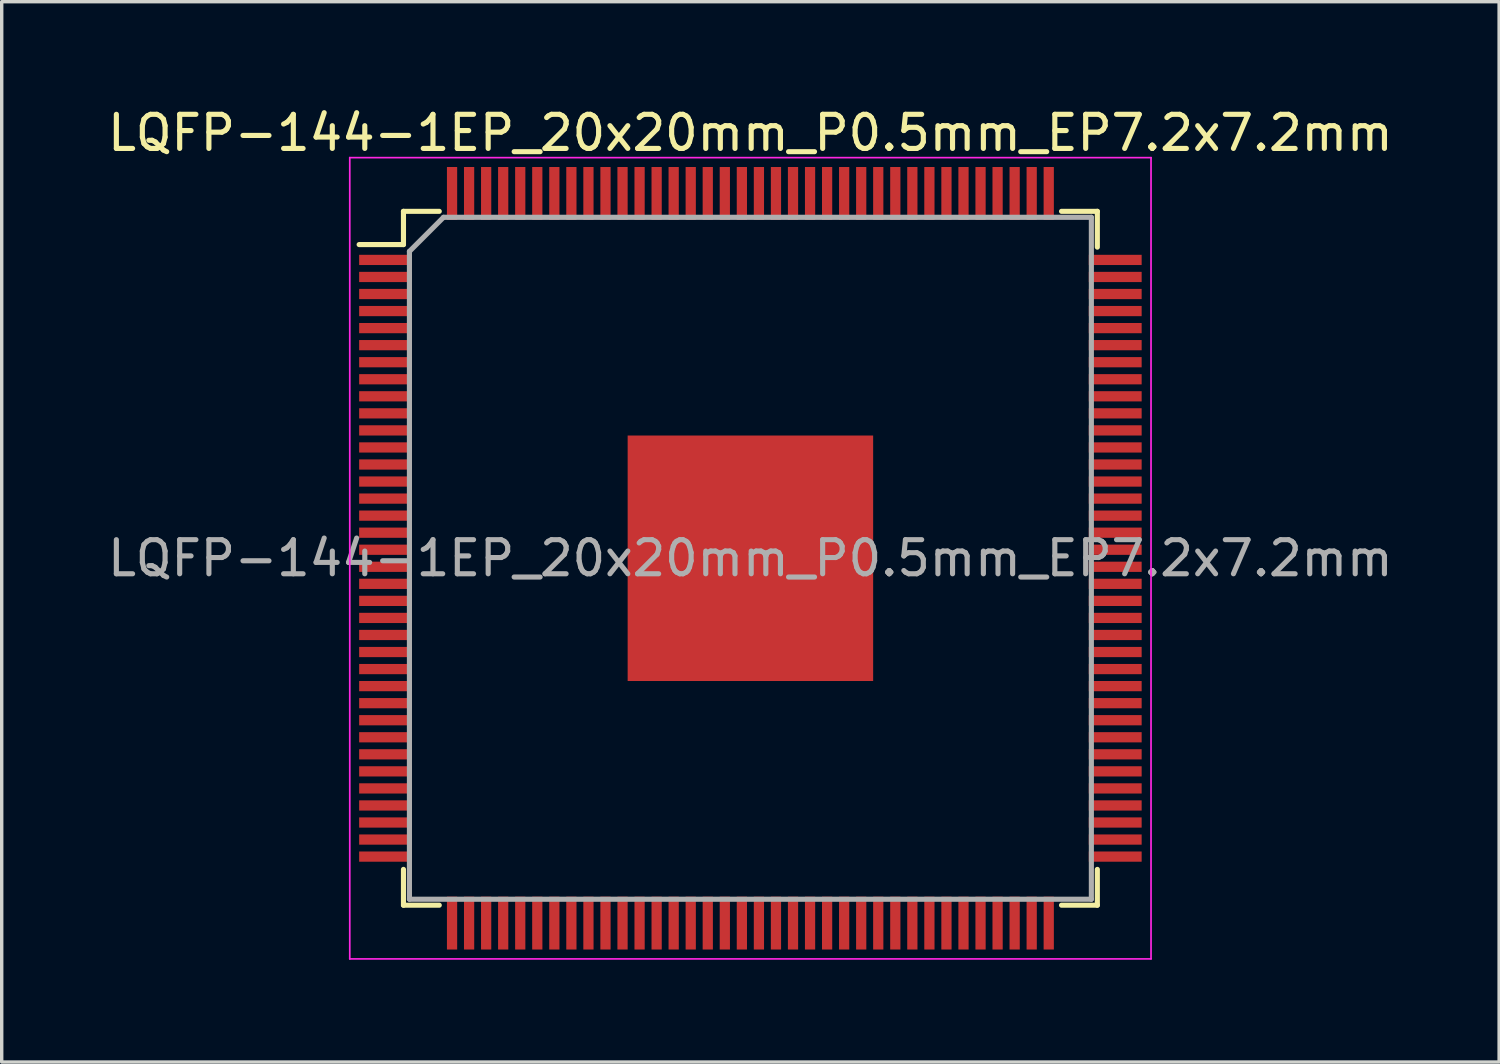
<source format=kicad_pcb>
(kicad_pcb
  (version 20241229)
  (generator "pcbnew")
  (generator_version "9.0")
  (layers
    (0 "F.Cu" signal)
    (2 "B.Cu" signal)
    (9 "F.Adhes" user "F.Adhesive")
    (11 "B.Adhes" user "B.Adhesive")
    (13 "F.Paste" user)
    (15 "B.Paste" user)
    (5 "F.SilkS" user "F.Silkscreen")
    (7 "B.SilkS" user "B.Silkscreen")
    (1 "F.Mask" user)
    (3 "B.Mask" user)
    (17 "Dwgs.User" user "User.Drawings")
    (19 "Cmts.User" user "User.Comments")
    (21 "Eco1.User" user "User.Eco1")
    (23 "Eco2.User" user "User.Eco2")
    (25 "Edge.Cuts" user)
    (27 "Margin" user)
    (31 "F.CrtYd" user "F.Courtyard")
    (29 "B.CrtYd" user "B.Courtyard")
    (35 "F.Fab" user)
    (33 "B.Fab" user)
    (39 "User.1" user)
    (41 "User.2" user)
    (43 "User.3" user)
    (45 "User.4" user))
  (footprint "LQFP-144-1EP_20x20mm_P0.5mm_EP7.2x7.2mm"
    (layer "F.Cu")
    (at 18.958 13.323)
    (property "Reference" "LQFP-144-1EP_20x20mm_P0.5mm_EP7.2x7.2mm" (at 0 -12.475 0) (layer "F.SilkS") (effects (font (size 1 1) (thickness 0.15))))
    (attr smd)
    (fp_line (start -10.175 -10.175) (end -10.175 -9.2) (stroke (width 0.15) (type solid)) (layer "F.SilkS"))
    (fp_line (start -10.175 -10.175) (end -9.125 -10.175) (stroke (width 0.15) (type solid)) (layer "F.SilkS"))
    (fp_line (start -10.175 -9.2) (end -11.475 -9.2) (stroke (width 0.15) (type solid)) (layer "F.SilkS"))
    (fp_line (start -10.175 10.175) (end -10.175 9.125) (stroke (width 0.15) (type solid)) (layer "F.SilkS"))
    (fp_line (start -10.175 10.175) (end -9.125 10.175) (stroke (width 0.15) (type solid)) (layer "F.SilkS"))
    (fp_line (start 10.175 -10.175) (end 9.125 -10.175) (stroke (width 0.15) (type solid)) (layer "F.SilkS"))
    (fp_line (start 10.175 -10.175) (end 10.175 -9.125) (stroke (width 0.15) (type solid)) (layer "F.SilkS"))
    (fp_line (start 10.175 10.175) (end 9.125 10.175) (stroke (width 0.15) (type solid)) (layer "F.SilkS"))
    (fp_line (start 10.175 10.175) (end 10.175 9.125) (stroke (width 0.15) (type solid)) (layer "F.SilkS"))
    (fp_line (start -11.75 -11.75) (end -11.75 11.75) (stroke (width 0.05) (type solid)) (layer "F.CrtYd"))
    (fp_line (start -11.75 -11.75) (end 11.75 -11.75) (stroke (width 0.05) (type solid)) (layer "F.CrtYd"))
    (fp_line (start -11.75 11.75) (end 11.75 11.75) (stroke (width 0.05) (type solid)) (layer "F.CrtYd"))
    (fp_line (start 11.75 -11.75) (end 11.75 11.75) (stroke (width 0.05) (type solid)) (layer "F.CrtYd"))
    (fp_line (start -10 -9) (end -9 -10) (stroke (width 0.15) (type solid)) (layer "F.Fab"))
    (fp_line (start -10 10) (end -10 -9) (stroke (width 0.15) (type solid)) (layer "F.Fab"))
    (fp_line (start -9 -10) (end 10 -10) (stroke (width 0.15) (type solid)) (layer "F.Fab"))
    (fp_line (start 10 -10) (end 10 10) (stroke (width 0.15) (type solid)) (layer "F.Fab"))
    (fp_line (start 10 10) (end -10 10) (stroke (width 0.15) (type solid)) (layer "F.Fab"))
    (fp_text user "${REFERENCE}" (at 0 0 0) (layer "F.Fab") (effects (font (size 1 1) (thickness 0.15))))
    (pad "" smd rect (at -2.88 -2.88) (size 1.12 1.12) (layers "F.Paste"))
    (pad "" smd rect (at -2.88 -1.44) (size 1.12 1.12) (layers "F.Paste"))
    (pad "" smd rect (at -2.88 0) (size 1.12 1.12) (layers "F.Paste"))
    (pad "" smd rect (at -2.88 1.44) (size 1.12 1.12) (layers "F.Paste"))
    (pad "" smd rect (at -2.88 2.88) (size 1.12 1.12) (layers "F.Paste"))
    (pad "" smd rect (at -1.44 -2.88) (size 1.12 1.12) (layers "F.Paste"))
    (pad "" smd rect (at -1.44 -1.44) (size 1.12 1.12) (layers "F.Paste"))
    (pad "" smd rect (at -1.44 0) (size 1.12 1.12) (layers "F.Paste"))
    (pad "" smd rect (at -1.44 1.44) (size 1.12 1.12) (layers "F.Paste"))
    (pad "" smd rect (at -1.44 2.88) (size 1.12 1.12) (layers "F.Paste"))
    (pad "" smd rect (at 0 -2.88) (size 1.12 1.12) (layers "F.Paste"))
    (pad "" smd rect (at 0 -1.44) (size 1.12 1.12) (layers "F.Paste"))
    (pad "" smd rect (at 0 0) (size 1.12 1.12) (layers "F.Paste"))
    (pad "" smd rect (at 0 1.44) (size 1.12 1.12) (layers "F.Paste"))
    (pad "" smd rect (at 0 2.88) (size 1.12 1.12) (layers "F.Paste"))
    (pad "" smd rect (at 1.44 -2.88) (size 1.12 1.12) (layers "F.Paste"))
    (pad "" smd rect (at 1.44 -1.44) (size 1.12 1.12) (layers "F.Paste"))
    (pad "" smd rect (at 1.44 0) (size 1.12 1.12) (layers "F.Paste"))
    (pad "" smd rect (at 1.44 1.44) (size 1.12 1.12) (layers "F.Paste"))
    (pad "" smd rect (at 1.44 2.88) (size 1.12 1.12) (layers "F.Paste"))
    (pad "" smd rect (at 2.88 -2.88) (size 1.12 1.12) (layers "F.Paste"))
    (pad "" smd rect (at 2.88 -1.44) (size 1.12 1.12) (layers "F.Paste"))
    (pad "" smd rect (at 2.88 0) (size 1.12 1.12) (layers "F.Paste"))
    (pad "" smd rect (at 2.88 1.44) (size 1.12 1.12) (layers "F.Paste"))
    (pad "" smd rect (at 2.88 2.88) (size 1.12 1.12) (layers "F.Paste"))
    (pad "1" smd rect (at -10.7 -8.75) (size 1.55 0.3) (layers "F.Cu" "F.Mask" "F.Paste"))
    (pad "2" smd rect (at -10.7 -8.25) (size 1.55 0.3) (layers "F.Cu" "F.Mask" "F.Paste"))
    (pad "3" smd rect (at -10.7 -7.75) (size 1.55 0.3) (layers "F.Cu" "F.Mask" "F.Paste"))
    (pad "4" smd rect (at -10.7 -7.25) (size 1.55 0.3) (layers "F.Cu" "F.Mask" "F.Paste"))
    (pad "5" smd rect (at -10.7 -6.75) (size 1.55 0.3) (layers "F.Cu" "F.Mask" "F.Paste"))
    (pad "6" smd rect (at -10.7 -6.25) (size 1.55 0.3) (layers "F.Cu" "F.Mask" "F.Paste"))
    (pad "7" smd rect (at -10.7 -5.75) (size 1.55 0.3) (layers "F.Cu" "F.Mask" "F.Paste"))
    (pad "8" smd rect (at -10.7 -5.25) (size 1.55 0.3) (layers "F.Cu" "F.Mask" "F.Paste"))
    (pad "9" smd rect (at -10.7 -4.75) (size 1.55 0.3) (layers "F.Cu" "F.Mask" "F.Paste"))
    (pad "10" smd rect (at -10.7 -4.25) (size 1.55 0.3) (layers "F.Cu" "F.Mask" "F.Paste"))
    (pad "11" smd rect (at -10.7 -3.75) (size 1.55 0.3) (layers "F.Cu" "F.Mask" "F.Paste"))
    (pad "12" smd rect (at -10.7 -3.25) (size 1.55 0.3) (layers "F.Cu" "F.Mask" "F.Paste"))
    (pad "13" smd rect (at -10.7 -2.75) (size 1.55 0.3) (layers "F.Cu" "F.Mask" "F.Paste"))
    (pad "14" smd rect (at -10.7 -2.25) (size 1.55 0.3) (layers "F.Cu" "F.Mask" "F.Paste"))
    (pad "15" smd rect (at -10.7 -1.75) (size 1.55 0.3) (layers "F.Cu" "F.Mask" "F.Paste"))
    (pad "16" smd rect (at -10.7 -1.25) (size 1.55 0.3) (layers "F.Cu" "F.Mask" "F.Paste"))
    (pad "17" smd rect (at -10.7 -0.75) (size 1.55 0.3) (layers "F.Cu" "F.Mask" "F.Paste"))
    (pad "18" smd rect (at -10.7 -0.25) (size 1.55 0.3) (layers "F.Cu" "F.Mask" "F.Paste"))
    (pad "19" smd rect (at -10.7 0.25) (size 1.55 0.3) (layers "F.Cu" "F.Mask" "F.Paste"))
    (pad "20" smd rect (at -10.7 0.75) (size 1.55 0.3) (layers "F.Cu" "F.Mask" "F.Paste"))
    (pad "21" smd rect (at -10.7 1.25) (size 1.55 0.3) (layers "F.Cu" "F.Mask" "F.Paste"))
    (pad "22" smd rect (at -10.7 1.75) (size 1.55 0.3) (layers "F.Cu" "F.Mask" "F.Paste"))
    (pad "23" smd rect (at -10.7 2.25) (size 1.55 0.3) (layers "F.Cu" "F.Mask" "F.Paste"))
    (pad "24" smd rect (at -10.7 2.75) (size 1.55 0.3) (layers "F.Cu" "F.Mask" "F.Paste"))
    (pad "25" smd rect (at -10.7 3.25) (size 1.55 0.3) (layers "F.Cu" "F.Mask" "F.Paste"))
    (pad "26" smd rect (at -10.7 3.75) (size 1.55 0.3) (layers "F.Cu" "F.Mask" "F.Paste"))
    (pad "27" smd rect (at -10.7 4.25) (size 1.55 0.3) (layers "F.Cu" "F.Mask" "F.Paste"))
    (pad "28" smd rect (at -10.7 4.75) (size 1.55 0.3) (layers "F.Cu" "F.Mask" "F.Paste"))
    (pad "29" smd rect (at -10.7 5.25) (size 1.55 0.3) (layers "F.Cu" "F.Mask" "F.Paste"))
    (pad "30" smd rect (at -10.7 5.75) (size 1.55 0.3) (layers "F.Cu" "F.Mask" "F.Paste"))
    (pad "31" smd rect (at -10.7 6.25) (size 1.55 0.3) (layers "F.Cu" "F.Mask" "F.Paste"))
    (pad "32" smd rect (at -10.7 6.75) (size 1.55 0.3) (layers "F.Cu" "F.Mask" "F.Paste"))
    (pad "33" smd rect (at -10.7 7.25) (size 1.55 0.3) (layers "F.Cu" "F.Mask" "F.Paste"))
    (pad "34" smd rect (at -10.7 7.75) (size 1.55 0.3) (layers "F.Cu" "F.Mask" "F.Paste"))
    (pad "35" smd rect (at -10.7 8.25) (size 1.55 0.3) (layers "F.Cu" "F.Mask" "F.Paste"))
    (pad "36" smd rect (at -10.7 8.75) (size 1.55 0.3) (layers "F.Cu" "F.Mask" "F.Paste"))
    (pad "37" smd rect (at -8.75 10.7 90) (size 1.55 0.3) (layers "F.Cu" "F.Mask" "F.Paste"))
    (pad "38" smd rect (at -8.25 10.7 90) (size 1.55 0.3) (layers "F.Cu" "F.Mask" "F.Paste"))
    (pad "39" smd rect (at -7.75 10.7 90) (size 1.55 0.3) (layers "F.Cu" "F.Mask" "F.Paste"))
    (pad "40" smd rect (at -7.25 10.7 90) (size 1.55 0.3) (layers "F.Cu" "F.Mask" "F.Paste"))
    (pad "41" smd rect (at -6.75 10.7 90) (size 1.55 0.3) (layers "F.Cu" "F.Mask" "F.Paste"))
    (pad "42" smd rect (at -6.25 10.7 90) (size 1.55 0.3) (layers "F.Cu" "F.Mask" "F.Paste"))
    (pad "43" smd rect (at -5.75 10.7 90) (size 1.55 0.3) (layers "F.Cu" "F.Mask" "F.Paste"))
    (pad "44" smd rect (at -5.25 10.7 90) (size 1.55 0.3) (layers "F.Cu" "F.Mask" "F.Paste"))
    (pad "45" smd rect (at -4.75 10.7 90) (size 1.55 0.3) (layers "F.Cu" "F.Mask" "F.Paste"))
    (pad "46" smd rect (at -4.25 10.7 90) (size 1.55 0.3) (layers "F.Cu" "F.Mask" "F.Paste"))
    (pad "47" smd rect (at -3.75 10.7 90) (size 1.55 0.3) (layers "F.Cu" "F.Mask" "F.Paste"))
    (pad "48" smd rect (at -3.25 10.7 90) (size 1.55 0.3) (layers "F.Cu" "F.Mask" "F.Paste"))
    (pad "49" smd rect (at -2.75 10.7 90) (size 1.55 0.3) (layers "F.Cu" "F.Mask" "F.Paste"))
    (pad "50" smd rect (at -2.25 10.7 90) (size 1.55 0.3) (layers "F.Cu" "F.Mask" "F.Paste"))
    (pad "51" smd rect (at -1.75 10.7 90) (size 1.55 0.3) (layers "F.Cu" "F.Mask" "F.Paste"))
    (pad "52" smd rect (at -1.25 10.7 90) (size 1.55 0.3) (layers "F.Cu" "F.Mask" "F.Paste"))
    (pad "53" smd rect (at -0.75 10.7 90) (size 1.55 0.3) (layers "F.Cu" "F.Mask" "F.Paste"))
    (pad "54" smd rect (at -0.25 10.7 90) (size 1.55 0.3) (layers "F.Cu" "F.Mask" "F.Paste"))
    (pad "55" smd rect (at 0.25 10.7 90) (size 1.55 0.3) (layers "F.Cu" "F.Mask" "F.Paste"))
    (pad "56" smd rect (at 0.75 10.7 90) (size 1.55 0.3) (layers "F.Cu" "F.Mask" "F.Paste"))
    (pad "57" smd rect (at 1.25 10.7 90) (size 1.55 0.3) (layers "F.Cu" "F.Mask" "F.Paste"))
    (pad "58" smd rect (at 1.75 10.7 90) (size 1.55 0.3) (layers "F.Cu" "F.Mask" "F.Paste"))
    (pad "59" smd rect (at 2.25 10.7 90) (size 1.55 0.3) (layers "F.Cu" "F.Mask" "F.Paste"))
    (pad "60" smd rect (at 2.75 10.7 90) (size 1.55 0.3) (layers "F.Cu" "F.Mask" "F.Paste"))
    (pad "61" smd rect (at 3.25 10.7 90) (size 1.55 0.3) (layers "F.Cu" "F.Mask" "F.Paste"))
    (pad "62" smd rect (at 3.75 10.7 90) (size 1.55 0.3) (layers "F.Cu" "F.Mask" "F.Paste"))
    (pad "63" smd rect (at 4.25 10.7 90) (size 1.55 0.3) (layers "F.Cu" "F.Mask" "F.Paste"))
    (pad "64" smd rect (at 4.75 10.7 90) (size 1.55 0.3) (layers "F.Cu" "F.Mask" "F.Paste"))
    (pad "65" smd rect (at 5.25 10.7 90) (size 1.55 0.3) (layers "F.Cu" "F.Mask" "F.Paste"))
    (pad "66" smd rect (at 5.75 10.7 90) (size 1.55 0.3) (layers "F.Cu" "F.Mask" "F.Paste"))
    (pad "67" smd rect (at 6.25 10.7 90) (size 1.55 0.3) (layers "F.Cu" "F.Mask" "F.Paste"))
    (pad "68" smd rect (at 6.75 10.7 90) (size 1.55 0.3) (layers "F.Cu" "F.Mask" "F.Paste"))
    (pad "69" smd rect (at 7.25 10.7 90) (size 1.55 0.3) (layers "F.Cu" "F.Mask" "F.Paste"))
    (pad "70" smd rect (at 7.75 10.7 90) (size 1.55 0.3) (layers "F.Cu" "F.Mask" "F.Paste"))
    (pad "71" smd rect (at 8.25 10.7 90) (size 1.55 0.3) (layers "F.Cu" "F.Mask" "F.Paste"))
    (pad "72" smd rect (at 8.75 10.7 90) (size 1.55 0.3) (layers "F.Cu" "F.Mask" "F.Paste"))
    (pad "73" smd rect (at 10.7 8.75) (size 1.55 0.3) (layers "F.Cu" "F.Mask" "F.Paste"))
    (pad "74" smd rect (at 10.7 8.25) (size 1.55 0.3) (layers "F.Cu" "F.Mask" "F.Paste"))
    (pad "75" smd rect (at 10.7 7.75) (size 1.55 0.3) (layers "F.Cu" "F.Mask" "F.Paste"))
    (pad "76" smd rect (at 10.7 7.25) (size 1.55 0.3) (layers "F.Cu" "F.Mask" "F.Paste"))
    (pad "77" smd rect (at 10.7 6.75) (size 1.55 0.3) (layers "F.Cu" "F.Mask" "F.Paste"))
    (pad "78" smd rect (at 10.7 6.25) (size 1.55 0.3) (layers "F.Cu" "F.Mask" "F.Paste"))
    (pad "79" smd rect (at 10.7 5.75) (size 1.55 0.3) (layers "F.Cu" "F.Mask" "F.Paste"))
    (pad "80" smd rect (at 10.7 5.25) (size 1.55 0.3) (layers "F.Cu" "F.Mask" "F.Paste"))
    (pad "81" smd rect (at 10.7 4.75) (size 1.55 0.3) (layers "F.Cu" "F.Mask" "F.Paste"))
    (pad "82" smd rect (at 10.7 4.25) (size 1.55 0.3) (layers "F.Cu" "F.Mask" "F.Paste"))
    (pad "83" smd rect (at 10.7 3.75) (size 1.55 0.3) (layers "F.Cu" "F.Mask" "F.Paste"))
    (pad "84" smd rect (at 10.7 3.25) (size 1.55 0.3) (layers "F.Cu" "F.Mask" "F.Paste"))
    (pad "85" smd rect (at 10.7 2.75) (size 1.55 0.3) (layers "F.Cu" "F.Mask" "F.Paste"))
    (pad "86" smd rect (at 10.7 2.25) (size 1.55 0.3) (layers "F.Cu" "F.Mask" "F.Paste"))
    (pad "87" smd rect (at 10.7 1.75) (size 1.55 0.3) (layers "F.Cu" "F.Mask" "F.Paste"))
    (pad "88" smd rect (at 10.7 1.25) (size 1.55 0.3) (layers "F.Cu" "F.Mask" "F.Paste"))
    (pad "89" smd rect (at 10.7 0.75) (size 1.55 0.3) (layers "F.Cu" "F.Mask" "F.Paste"))
    (pad "90" smd rect (at 10.7 0.25) (size 1.55 0.3) (layers "F.Cu" "F.Mask" "F.Paste"))
    (pad "91" smd rect (at 10.7 -0.25) (size 1.55 0.3) (layers "F.Cu" "F.Mask" "F.Paste"))
    (pad "92" smd rect (at 10.7 -0.75) (size 1.55 0.3) (layers "F.Cu" "F.Mask" "F.Paste"))
    (pad "93" smd rect (at 10.7 -1.25) (size 1.55 0.3) (layers "F.Cu" "F.Mask" "F.Paste"))
    (pad "94" smd rect (at 10.7 -1.75) (size 1.55 0.3) (layers "F.Cu" "F.Mask" "F.Paste"))
    (pad "95" smd rect (at 10.7 -2.25) (size 1.55 0.3) (layers "F.Cu" "F.Mask" "F.Paste"))
    (pad "96" smd rect (at 10.7 -2.75) (size 1.55 0.3) (layers "F.Cu" "F.Mask" "F.Paste"))
    (pad "97" smd rect (at 10.7 -3.25) (size 1.55 0.3) (layers "F.Cu" "F.Mask" "F.Paste"))
    (pad "98" smd rect (at 10.7 -3.75) (size 1.55 0.3) (layers "F.Cu" "F.Mask" "F.Paste"))
    (pad "99" smd rect (at 10.7 -4.25) (size 1.55 0.3) (layers "F.Cu" "F.Mask" "F.Paste"))
    (pad "100" smd rect (at 10.7 -4.75) (size 1.55 0.3) (layers "F.Cu" "F.Mask" "F.Paste"))
    (pad "101" smd rect (at 10.7 -5.25) (size 1.55 0.3) (layers "F.Cu" "F.Mask" "F.Paste"))
    (pad "102" smd rect (at 10.7 -5.75) (size 1.55 0.3) (layers "F.Cu" "F.Mask" "F.Paste"))
    (pad "103" smd rect (at 10.7 -6.25) (size 1.55 0.3) (layers "F.Cu" "F.Mask" "F.Paste"))
    (pad "104" smd rect (at 10.7 -6.75) (size 1.55 0.3) (layers "F.Cu" "F.Mask" "F.Paste"))
    (pad "105" smd rect (at 10.7 -7.25) (size 1.55 0.3) (layers "F.Cu" "F.Mask" "F.Paste"))
    (pad "106" smd rect (at 10.7 -7.75) (size 1.55 0.3) (layers "F.Cu" "F.Mask" "F.Paste"))
    (pad "107" smd rect (at 10.7 -8.25) (size 1.55 0.3) (layers "F.Cu" "F.Mask" "F.Paste"))
    (pad "108" smd rect (at 10.7 -8.75) (size 1.55 0.3) (layers "F.Cu" "F.Mask" "F.Paste"))
    (pad "109" smd rect (at 8.75 -10.7 90) (size 1.55 0.3) (layers "F.Cu" "F.Mask" "F.Paste"))
    (pad "110" smd rect (at 8.25 -10.7 90) (size 1.55 0.3) (layers "F.Cu" "F.Mask" "F.Paste"))
    (pad "111" smd rect (at 7.75 -10.7 90) (size 1.55 0.3) (layers "F.Cu" "F.Mask" "F.Paste"))
    (pad "112" smd rect (at 7.25 -10.7 90) (size 1.55 0.3) (layers "F.Cu" "F.Mask" "F.Paste"))
    (pad "113" smd rect (at 6.75 -10.7 90) (size 1.55 0.3) (layers "F.Cu" "F.Mask" "F.Paste"))
    (pad "114" smd rect (at 6.25 -10.7 90) (size 1.55 0.3) (layers "F.Cu" "F.Mask" "F.Paste"))
    (pad "115" smd rect (at 5.75 -10.7 90) (size 1.55 0.3) (layers "F.Cu" "F.Mask" "F.Paste"))
    (pad "116" smd rect (at 5.25 -10.7 90) (size 1.55 0.3) (layers "F.Cu" "F.Mask" "F.Paste"))
    (pad "117" smd rect (at 4.75 -10.7 90) (size 1.55 0.3) (layers "F.Cu" "F.Mask" "F.Paste"))
    (pad "118" smd rect (at 4.25 -10.7 90) (size 1.55 0.3) (layers "F.Cu" "F.Mask" "F.Paste"))
    (pad "119" smd rect (at 3.75 -10.7 90) (size 1.55 0.3) (layers "F.Cu" "F.Mask" "F.Paste"))
    (pad "120" smd rect (at 3.25 -10.7 90) (size 1.55 0.3) (layers "F.Cu" "F.Mask" "F.Paste"))
    (pad "121" smd rect (at 2.75 -10.7 90) (size 1.55 0.3) (layers "F.Cu" "F.Mask" "F.Paste"))
    (pad "122" smd rect (at 2.25 -10.7 90) (size 1.55 0.3) (layers "F.Cu" "F.Mask" "F.Paste"))
    (pad "123" smd rect (at 1.75 -10.7 90) (size 1.55 0.3) (layers "F.Cu" "F.Mask" "F.Paste"))
    (pad "124" smd rect (at 1.25 -10.7 90) (size 1.55 0.3) (layers "F.Cu" "F.Mask" "F.Paste"))
    (pad "125" smd rect (at 0.75 -10.7 90) (size 1.55 0.3) (layers "F.Cu" "F.Mask" "F.Paste"))
    (pad "126" smd rect (at 0.25 -10.7 90) (size 1.55 0.3) (layers "F.Cu" "F.Mask" "F.Paste"))
    (pad "127" smd rect (at -0.25 -10.7 90) (size 1.55 0.3) (layers "F.Cu" "F.Mask" "F.Paste"))
    (pad "128" smd rect (at -0.75 -10.7 90) (size 1.55 0.3) (layers "F.Cu" "F.Mask" "F.Paste"))
    (pad "129" smd rect (at -1.25 -10.7 90) (size 1.55 0.3) (layers "F.Cu" "F.Mask" "F.Paste"))
    (pad "130" smd rect (at -1.75 -10.7 90) (size 1.55 0.3) (layers "F.Cu" "F.Mask" "F.Paste"))
    (pad "131" smd rect (at -2.25 -10.7 90) (size 1.55 0.3) (layers "F.Cu" "F.Mask" "F.Paste"))
    (pad "132" smd rect (at -2.75 -10.7 90) (size 1.55 0.3) (layers "F.Cu" "F.Mask" "F.Paste"))
    (pad "133" smd rect (at -3.25 -10.7 90) (size 1.55 0.3) (layers "F.Cu" "F.Mask" "F.Paste"))
    (pad "134" smd rect (at -3.75 -10.7 90) (size 1.55 0.3) (layers "F.Cu" "F.Mask" "F.Paste"))
    (pad "135" smd rect (at -4.25 -10.7 90) (size 1.55 0.3) (layers "F.Cu" "F.Mask" "F.Paste"))
    (pad "136" smd rect (at -4.75 -10.7 90) (size 1.55 0.3) (layers "F.Cu" "F.Mask" "F.Paste"))
    (pad "137" smd rect (at -5.25 -10.7 90) (size 1.55 0.3) (layers "F.Cu" "F.Mask" "F.Paste"))
    (pad "138" smd rect (at -5.75 -10.7 90) (size 1.55 0.3) (layers "F.Cu" "F.Mask" "F.Paste"))
    (pad "139" smd rect (at -6.25 -10.7 90) (size 1.55 0.3) (layers "F.Cu" "F.Mask" "F.Paste"))
    (pad "140" smd rect (at -6.75 -10.7 90) (size 1.55 0.3) (layers "F.Cu" "F.Mask" "F.Paste"))
    (pad "141" smd rect (at -7.25 -10.7 90) (size 1.55 0.3) (layers "F.Cu" "F.Mask" "F.Paste"))
    (pad "142" smd rect (at -7.75 -10.7 90) (size 1.55 0.3) (layers "F.Cu" "F.Mask" "F.Paste"))
    (pad "143" smd rect (at -8.25 -10.7 90) (size 1.55 0.3) (layers "F.Cu" "F.Mask" "F.Paste"))
    (pad "144" smd rect (at -8.75 -10.7 90) (size 1.55 0.3) (layers "F.Cu" "F.Mask" "F.Paste"))
    (pad "145" smd rect (at 0 0) (size 7.2 7.2) (layers "F.Cu" "F.Mask")))
  (gr_rect
    (start -3 -3)
    (end 40.917 28.098)
    (stroke (width 0.1) (type default))
    (fill no)
    (layer "Edge.Cuts")))
</source>
